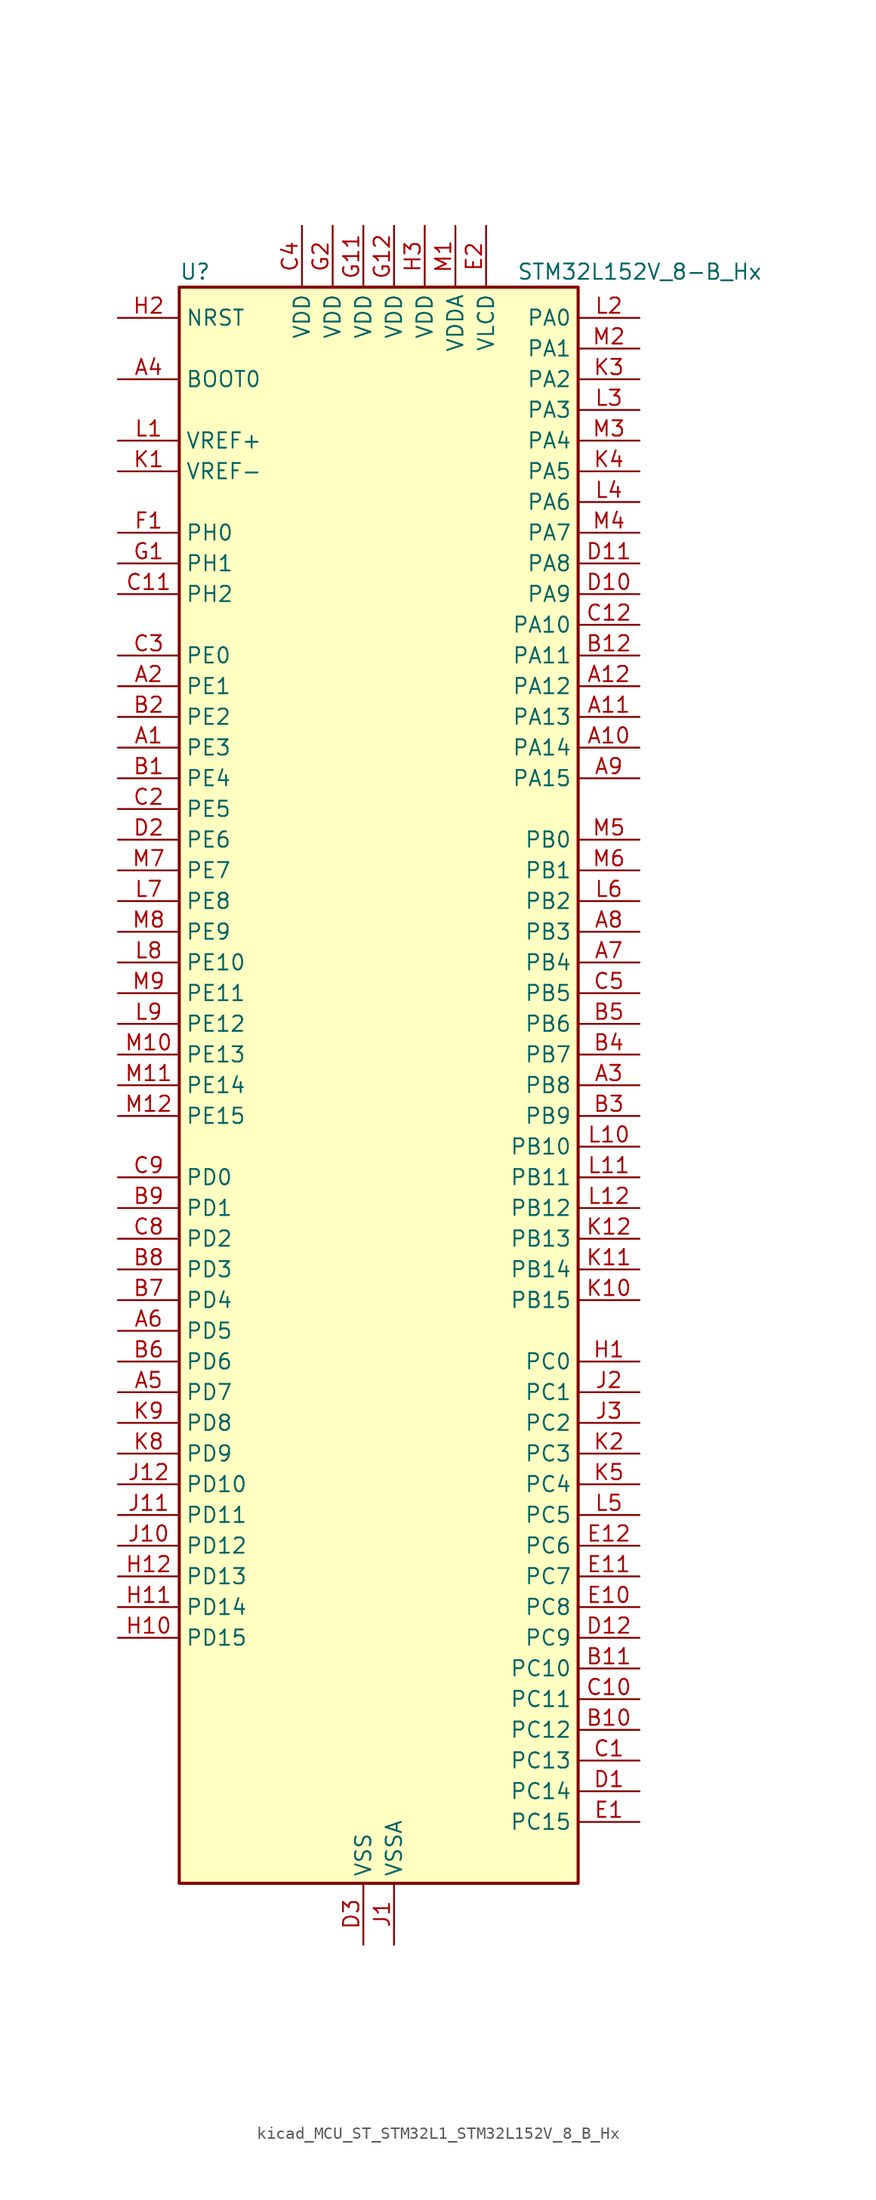
<source format=kicad_sym>
(kicad_symbol_lib
  (version 20220914)
  (generator kicad_symbol_editor)
  (symbol "kicad_MCU_ST_STM32L1_STM32L152V_8_B_Hx"
    (property "Reference" "U"
      (at -15.24 67.31 0)
      (effects (font (size 1.27 1.27)) (justify left)))
    (property "Value" "STM32L152V_8-B_Hx"
      (at 12.7 67.31 0)
      (effects (font (size 1.27 1.27)) (justify left)))
    (property "ki_locked" ""
      (at 0 0 0)
      (effects (font (size 1.27 1.27))))
    (symbol "kicad_MCU_ST_STM32L1_STM32L152V_8_B_Hx_0_1"
      (rectangle (start -15.24 -66.04) (end 17.78 66.04) (stroke (width 0.254) (type default)) (fill (type background))))
    (symbol "kicad_MCU_ST_STM32L1_STM32L152V_8_B_Hx_1_1"
      (pin bidirectional line (at -20.32 27.94 0) (length 5.08) (name "PE3" (effects (font (size 1.27 1.27)))) (number "A1" (effects (font (size 1.27 1.27)))) (alternate "LCD_SEG39" bidirectional line) (alternate "SYS_TRACED0" bidirectional line) (alternate "TIM3_CH1" bidirectional line) (alternate "TIMX_IC4" bidirectional line))
      (pin bidirectional line (at 22.86 27.94 180) (length 5.08) (name "PA14" (effects (font (size 1.27 1.27)))) (number "A10" (effects (font (size 1.27 1.27)))) (alternate "SYS_JTCK-SWCLK" bidirectional line) (alternate "TIMX_IC3" bidirectional line) (alternate "TS_G5_IO2" bidirectional line))
      (pin bidirectional line (at 22.86 30.48 180) (length 5.08) (name "PA13" (effects (font (size 1.27 1.27)))) (number "A11" (effects (font (size 1.27 1.27)))) (alternate "SYS_JTMS-SWDIO" bidirectional line) (alternate "TIMX_IC2" bidirectional line) (alternate "TS_G5_IO1" bidirectional line))
      (pin bidirectional line (at 22.86 33.02 180) (length 5.08) (name "PA12" (effects (font (size 1.27 1.27)))) (number "A12" (effects (font (size 1.27 1.27)))) (alternate "SPI1_MOSI" bidirectional line) (alternate "TIMX_IC1" bidirectional line) (alternate "USART1_RTS" bidirectional line) (alternate "USB_DP" bidirectional line))
      (pin bidirectional line (at -20.32 33.02 0) (length 5.08) (name "PE1" (effects (font (size 1.27 1.27)))) (number "A2" (effects (font (size 1.27 1.27)))) (alternate "LCD_SEG37" bidirectional line) (alternate "TIM11_CH1" bidirectional line) (alternate "TIMX_IC2" bidirectional line))
      (pin bidirectional line (at 22.86 0 180) (length 5.08) (name "PB8" (effects (font (size 1.27 1.27)))) (number "A3" (effects (font (size 1.27 1.27)))) (alternate "I2C1_SCL" bidirectional line) (alternate "LCD_SEG16" bidirectional line) (alternate "TIM10_CH1" bidirectional line) (alternate "TIM4_CH3" bidirectional line))
      (pin input line (at -20.32 58.42 0) (length 5.08) (name "BOOT0" (effects (font (size 1.27 1.27)))) (number "A4" (effects (font (size 1.27 1.27)))))
      (pin bidirectional line (at -20.32 -25.4 0) (length 5.08) (name "PD7" (effects (font (size 1.27 1.27)))) (number "A5" (effects (font (size 1.27 1.27)))) (alternate "TIM9_CH2" bidirectional line) (alternate "TIMX_IC4" bidirectional line) (alternate "USART2_CK" bidirectional line))
      (pin bidirectional line (at -20.32 -20.32 0) (length 5.08) (name "PD5" (effects (font (size 1.27 1.27)))) (number "A6" (effects (font (size 1.27 1.27)))) (alternate "TIMX_IC2" bidirectional line) (alternate "USART2_TX" bidirectional line))
      (pin bidirectional line (at 22.86 10.16 180) (length 5.08) (name "PB4" (effects (font (size 1.27 1.27)))) (number "A7" (effects (font (size 1.27 1.27)))) (alternate "COMP2_INP" bidirectional line) (alternate "LCD_SEG8" bidirectional line) (alternate "SPI1_MISO" bidirectional line) (alternate "SYS_JTRST" bidirectional line) (alternate "TIM3_CH1" bidirectional line) (alternate "TS_G6_IO1" bidirectional line))
      (pin bidirectional line (at 22.86 12.7 180) (length 5.08) (name "PB3" (effects (font (size 1.27 1.27)))) (number "A8" (effects (font (size 1.27 1.27)))) (alternate "COMP2_INM" bidirectional line) (alternate "LCD_SEG7" bidirectional line) (alternate "SPI1_SCK" bidirectional line) (alternate "SYS_JTDO-TRACESWO" bidirectional line) (alternate "TIM2_CH2" bidirectional line))
      (pin bidirectional line (at 22.86 25.4 180) (length 5.08) (name "PA15" (effects (font (size 1.27 1.27)))) (number "A9" (effects (font (size 1.27 1.27)))) (alternate "ADC_EXTI15" bidirectional line) (alternate "LCD_SEG17" bidirectional line) (alternate "SPI1_NSS" bidirectional line) (alternate "SYS_JTDI" bidirectional line) (alternate "TIM2_CH1" bidirectional line) (alternate "TIM2_ETR" bidirectional line) (alternate "TIMX_IC4" bidirectional line) (alternate "TS_G5_IO3" bidirectional line))
      (pin bidirectional line (at -20.32 25.4 0) (length 5.08) (name "PE4" (effects (font (size 1.27 1.27)))) (number "B1" (effects (font (size 1.27 1.27)))) (alternate "SYS_TRACED1" bidirectional line) (alternate "TIM3_CH2" bidirectional line) (alternate "TIMX_IC1" bidirectional line))
      (pin bidirectional line (at 22.86 -53.34 180) (length 5.08) (name "PC12" (effects (font (size 1.27 1.27)))) (number "B10" (effects (font (size 1.27 1.27)))) (alternate "LCD_COM6" bidirectional line) (alternate "LCD_SEG30" bidirectional line) (alternate "LCD_SEG42" bidirectional line) (alternate "TIMX_IC1" bidirectional line) (alternate "USART3_CK" bidirectional line))
      (pin bidirectional line (at 22.86 -48.26 180) (length 5.08) (name "PC10" (effects (font (size 1.27 1.27)))) (number "B11" (effects (font (size 1.27 1.27)))) (alternate "LCD_COM4" bidirectional line) (alternate "LCD_SEG28" bidirectional line) (alternate "LCD_SEG40" bidirectional line) (alternate "TIMX_IC3" bidirectional line) (alternate "USART3_TX" bidirectional line))
      (pin bidirectional line (at 22.86 35.56 180) (length 5.08) (name "PA11" (effects (font (size 1.27 1.27)))) (number "B12" (effects (font (size 1.27 1.27)))) (alternate "ADC_EXTI11" bidirectional line) (alternate "SPI1_MISO" bidirectional line) (alternate "TIMX_IC4" bidirectional line) (alternate "USART1_CTS" bidirectional line) (alternate "USB_DM" bidirectional line))
      (pin bidirectional line (at -20.32 30.48 0) (length 5.08) (name "PE2" (effects (font (size 1.27 1.27)))) (number "B2" (effects (font (size 1.27 1.27)))) (alternate "LCD_SEG38" bidirectional line) (alternate "SYS_TRACECK" bidirectional line) (alternate "TIM3_ETR" bidirectional line) (alternate "TIMX_IC3" bidirectional line))
      (pin bidirectional line (at 22.86 -2.54 180) (length 5.08) (name "PB9" (effects (font (size 1.27 1.27)))) (number "B3" (effects (font (size 1.27 1.27)))) (alternate "DAC_EXTI9" bidirectional line) (alternate "I2C1_SDA" bidirectional line) (alternate "LCD_COM3" bidirectional line) (alternate "TIM11_CH1" bidirectional line) (alternate "TIM4_CH4" bidirectional line))
      (pin bidirectional line (at 22.86 2.54 180) (length 5.08) (name "PB7" (effects (font (size 1.27 1.27)))) (number "B4" (effects (font (size 1.27 1.27)))) (alternate "I2C1_SDA" bidirectional line) (alternate "SYS_PVD_IN" bidirectional line) (alternate "TIM4_CH2" bidirectional line) (alternate "USART1_RX" bidirectional line))
      (pin bidirectional line (at 22.86 5.08 180) (length 5.08) (name "PB6" (effects (font (size 1.27 1.27)))) (number "B5" (effects (font (size 1.27 1.27)))) (alternate "I2C1_SCL" bidirectional line) (alternate "TIM4_CH1" bidirectional line) (alternate "USART1_TX" bidirectional line))
      (pin bidirectional line (at -20.32 -22.86 0) (length 5.08) (name "PD6" (effects (font (size 1.27 1.27)))) (number "B6" (effects (font (size 1.27 1.27)))) (alternate "TIMX_IC3" bidirectional line) (alternate "USART2_RX" bidirectional line))
      (pin bidirectional line (at -20.32 -17.78 0) (length 5.08) (name "PD4" (effects (font (size 1.27 1.27)))) (number "B7" (effects (font (size 1.27 1.27)))) (alternate "SPI2_MOSI" bidirectional line) (alternate "TIMX_IC1" bidirectional line) (alternate "USART2_RTS" bidirectional line))
      (pin bidirectional line (at -20.32 -15.24 0) (length 5.08) (name "PD3" (effects (font (size 1.27 1.27)))) (number "B8" (effects (font (size 1.27 1.27)))) (alternate "SPI2_MISO" bidirectional line) (alternate "TIMX_IC4" bidirectional line) (alternate "USART2_CTS" bidirectional line))
      (pin bidirectional line (at -20.32 -10.16 0) (length 5.08) (name "PD1" (effects (font (size 1.27 1.27)))) (number "B9" (effects (font (size 1.27 1.27)))) (alternate "SPI2_SCK" bidirectional line) (alternate "TIMX_IC2" bidirectional line))
      (pin bidirectional line (at 22.86 -55.88 180) (length 5.08) (name "PC13" (effects (font (size 1.27 1.27)))) (number "C1" (effects (font (size 1.27 1.27)))) (alternate "RTC_OUT_ALARM" bidirectional line) (alternate "RTC_OUT_CALIB" bidirectional line) (alternate "RTC_TAMP1" bidirectional line) (alternate "RTC_TS" bidirectional line) (alternate "SYS_WKUP2" bidirectional line) (alternate "TIMX_IC2" bidirectional line))
      (pin bidirectional line (at 22.86 -50.8 180) (length 5.08) (name "PC11" (effects (font (size 1.27 1.27)))) (number "C10" (effects (font (size 1.27 1.27)))) (alternate "ADC_EXTI11" bidirectional line) (alternate "LCD_COM5" bidirectional line) (alternate "LCD_SEG29" bidirectional line) (alternate "LCD_SEG41" bidirectional line) (alternate "TIMX_IC4" bidirectional line) (alternate "USART3_RX" bidirectional line))
      (pin bidirectional line (at -20.32 40.64 0) (length 5.08) (name "PH2" (effects (font (size 1.27 1.27)))) (number "C11" (effects (font (size 1.27 1.27)))))
      (pin bidirectional line (at 22.86 38.1 180) (length 5.08) (name "PA10" (effects (font (size 1.27 1.27)))) (number "C12" (effects (font (size 1.27 1.27)))) (alternate "LCD_COM2" bidirectional line) (alternate "TIMX_IC3" bidirectional line) (alternate "TS_G4_IO3" bidirectional line) (alternate "USART1_RX" bidirectional line))
      (pin bidirectional line (at -20.32 22.86 0) (length 5.08) (name "PE5" (effects (font (size 1.27 1.27)))) (number "C2" (effects (font (size 1.27 1.27)))) (alternate "SYS_TRACED2" bidirectional line) (alternate "TIM9_CH1" bidirectional line) (alternate "TIMX_IC2" bidirectional line))
      (pin bidirectional line (at -20.32 35.56 0) (length 5.08) (name "PE0" (effects (font (size 1.27 1.27)))) (number "C3" (effects (font (size 1.27 1.27)))) (alternate "LCD_SEG36" bidirectional line) (alternate "TIM10_CH1" bidirectional line) (alternate "TIM4_ETR" bidirectional line) (alternate "TIMX_IC1" bidirectional line))
      (pin power_in line (at -5.08 71.12 270) (length 5.08) (name "VDD" (effects (font (size 1.27 1.27)))) (number "C4" (effects (font (size 1.27 1.27)))))
      (pin bidirectional line (at 22.86 7.62 180) (length 5.08) (name "PB5" (effects (font (size 1.27 1.27)))) (number "C5" (effects (font (size 1.27 1.27)))) (alternate "COMP2_INP" bidirectional line) (alternate "I2C1_SMBA" bidirectional line) (alternate "LCD_SEG9" bidirectional line) (alternate "SPI1_MOSI" bidirectional line) (alternate "TIM3_CH2" bidirectional line) (alternate "TS_G6_IO2" bidirectional line))
      (pin bidirectional line (at -20.32 -12.7 0) (length 5.08) (name "PD2" (effects (font (size 1.27 1.27)))) (number "C8" (effects (font (size 1.27 1.27)))) (alternate "LCD_COM7" bidirectional line) (alternate "LCD_SEG31" bidirectional line) (alternate "LCD_SEG43" bidirectional line) (alternate "TIM3_ETR" bidirectional line) (alternate "TIMX_IC3" bidirectional line))
      (pin bidirectional line (at -20.32 -7.62 0) (length 5.08) (name "PD0" (effects (font (size 1.27 1.27)))) (number "C9" (effects (font (size 1.27 1.27)))) (alternate "SPI2_NSS" bidirectional line) (alternate "TIM9_CH1" bidirectional line) (alternate "TIMX_IC1" bidirectional line))
      (pin bidirectional line (at 22.86 -58.42 180) (length 5.08) (name "PC14" (effects (font (size 1.27 1.27)))) (number "D1" (effects (font (size 1.27 1.27)))) (alternate "RCC_OSC32_IN" bidirectional line) (alternate "TIMX_IC3" bidirectional line))
      (pin bidirectional line (at 22.86 40.64 180) (length 5.08) (name "PA9" (effects (font (size 1.27 1.27)))) (number "D10" (effects (font (size 1.27 1.27)))) (alternate "DAC_EXTI9" bidirectional line) (alternate "LCD_COM1" bidirectional line) (alternate "TIMX_IC2" bidirectional line) (alternate "TS_G4_IO2" bidirectional line) (alternate "USART1_TX" bidirectional line))
      (pin bidirectional line (at 22.86 43.18 180) (length 5.08) (name "PA8" (effects (font (size 1.27 1.27)))) (number "D11" (effects (font (size 1.27 1.27)))) (alternate "LCD_COM0" bidirectional line) (alternate "RCC_MCO" bidirectional line) (alternate "TIMX_IC1" bidirectional line) (alternate "TS_G4_IO1" bidirectional line) (alternate "USART1_CK" bidirectional line))
      (pin bidirectional line (at 22.86 -45.72 180) (length 5.08) (name "PC9" (effects (font (size 1.27 1.27)))) (number "D12" (effects (font (size 1.27 1.27)))) (alternate "DAC_EXTI9" bidirectional line) (alternate "LCD_SEG27" bidirectional line) (alternate "TIM3_CH4" bidirectional line) (alternate "TIMX_IC2" bidirectional line) (alternate "TS_G10_IO4" bidirectional line))
      (pin bidirectional line (at -20.32 20.32 0) (length 5.08) (name "PE6" (effects (font (size 1.27 1.27)))) (number "D2" (effects (font (size 1.27 1.27)))) (alternate "SYS_TRACED3" bidirectional line) (alternate "SYS_WKUP3" bidirectional line) (alternate "TIM9_CH2" bidirectional line) (alternate "TIMX_IC3" bidirectional line))
      (pin power_in line (at 0 -71.12 90) (length 5.08) (name "VSS" (effects (font (size 1.27 1.27)))) (number "D3" (effects (font (size 1.27 1.27)))))
      (pin bidirectional line (at 22.86 -60.96 180) (length 5.08) (name "PC15" (effects (font (size 1.27 1.27)))) (number "E1" (effects (font (size 1.27 1.27)))) (alternate "ADC_EXTI15" bidirectional line) (alternate "RCC_OSC32_OUT" bidirectional line) (alternate "TIMX_IC4" bidirectional line))
      (pin bidirectional line (at 22.86 -43.18 180) (length 5.08) (name "PC8" (effects (font (size 1.27 1.27)))) (number "E10" (effects (font (size 1.27 1.27)))) (alternate "LCD_SEG26" bidirectional line) (alternate "TIM3_CH3" bidirectional line) (alternate "TIMX_IC1" bidirectional line) (alternate "TS_G10_IO3" bidirectional line))
      (pin bidirectional line (at 22.86 -40.64 180) (length 5.08) (name "PC7" (effects (font (size 1.27 1.27)))) (number "E11" (effects (font (size 1.27 1.27)))) (alternate "LCD_SEG25" bidirectional line) (alternate "TIM3_CH2" bidirectional line) (alternate "TIMX_IC4" bidirectional line) (alternate "TS_G10_IO2" bidirectional line))
      (pin bidirectional line (at 22.86 -38.1 180) (length 5.08) (name "PC6" (effects (font (size 1.27 1.27)))) (number "E12" (effects (font (size 1.27 1.27)))) (alternate "LCD_SEG24" bidirectional line) (alternate "TIM3_CH1" bidirectional line) (alternate "TIMX_IC3" bidirectional line) (alternate "TS_G10_IO1" bidirectional line))
      (pin power_in line (at 10.16 71.12 270) (length 5.08) (name "VLCD" (effects (font (size 1.27 1.27)))) (number "E2" (effects (font (size 1.27 1.27)))))
      (pin passive line (at 0 -71.12 90) (length 5.08) hide (name "VSS" (effects (font (size 1.27 1.27)))) (number "E3" (effects (font (size 1.27 1.27)))))
      (pin bidirectional line (at -20.32 45.72 0) (length 5.08) (name "PH0" (effects (font (size 1.27 1.27)))) (number "F1" (effects (font (size 1.27 1.27)))) (alternate "RCC_OSC_IN" bidirectional line))
      (pin passive line (at 0 -71.12 90) (length 5.08) hide (name "VSS" (effects (font (size 1.27 1.27)))) (number "F11" (effects (font (size 1.27 1.27)))))
      (pin passive line (at 0 -71.12 90) (length 5.08) hide (name "VSS" (effects (font (size 1.27 1.27)))) (number "F12" (effects (font (size 1.27 1.27)))))
      (pin passive line (at 0 -71.12 90) (length 5.08) hide (name "VSS" (effects (font (size 1.27 1.27)))) (number "F2" (effects (font (size 1.27 1.27)))))
      (pin bidirectional line (at -20.32 43.18 0) (length 5.08) (name "PH1" (effects (font (size 1.27 1.27)))) (number "G1" (effects (font (size 1.27 1.27)))) (alternate "RCC_OSC_OUT" bidirectional line))
      (pin power_in line (at 0 71.12 270) (length 5.08) (name "VDD" (effects (font (size 1.27 1.27)))) (number "G11" (effects (font (size 1.27 1.27)))))
      (pin power_in line (at 2.54 71.12 270) (length 5.08) (name "VDD" (effects (font (size 1.27 1.27)))) (number "G12" (effects (font (size 1.27 1.27)))))
      (pin power_in line (at -2.54 71.12 270) (length 5.08) (name "VDD" (effects (font (size 1.27 1.27)))) (number "G2" (effects (font (size 1.27 1.27)))))
      (pin bidirectional line (at 22.86 -22.86 180) (length 5.08) (name "PC0" (effects (font (size 1.27 1.27)))) (number "H1" (effects (font (size 1.27 1.27)))) (alternate "ADC_IN10" bidirectional line) (alternate "COMP1_INP" bidirectional line) (alternate "LCD_SEG18" bidirectional line) (alternate "TIMX_IC1" bidirectional line) (alternate "TS_G8_IO1" bidirectional line))
      (pin bidirectional line (at -20.32 -45.72 0) (length 5.08) (name "PD15" (effects (font (size 1.27 1.27)))) (number "H10" (effects (font (size 1.27 1.27)))) (alternate "ADC_EXTI15" bidirectional line) (alternate "LCD_SEG35" bidirectional line) (alternate "TIM4_CH4" bidirectional line) (alternate "TIMX_IC4" bidirectional line))
      (pin bidirectional line (at -20.32 -43.18 0) (length 5.08) (name "PD14" (effects (font (size 1.27 1.27)))) (number "H11" (effects (font (size 1.27 1.27)))) (alternate "LCD_SEG34" bidirectional line) (alternate "TIM4_CH3" bidirectional line) (alternate "TIMX_IC3" bidirectional line))
      (pin bidirectional line (at -20.32 -40.64 0) (length 5.08) (name "PD13" (effects (font (size 1.27 1.27)))) (number "H12" (effects (font (size 1.27 1.27)))) (alternate "LCD_SEG33" bidirectional line) (alternate "TIM4_CH2" bidirectional line) (alternate "TIMX_IC2" bidirectional line))
      (pin input line (at -20.32 63.5 0) (length 5.08) (name "NRST" (effects (font (size 1.27 1.27)))) (number "H2" (effects (font (size 1.27 1.27)))))
      (pin power_in line (at 5.08 71.12 270) (length 5.08) (name "VDD" (effects (font (size 1.27 1.27)))) (number "H3" (effects (font (size 1.27 1.27)))))
      (pin power_in line (at 2.54 -71.12 90) (length 5.08) (name "VSSA" (effects (font (size 1.27 1.27)))) (number "J1" (effects (font (size 1.27 1.27)))))
      (pin bidirectional line (at -20.32 -38.1 0) (length 5.08) (name "PD12" (effects (font (size 1.27 1.27)))) (number "J10" (effects (font (size 1.27 1.27)))) (alternate "LCD_SEG32" bidirectional line) (alternate "TIM4_CH1" bidirectional line) (alternate "TIMX_IC1" bidirectional line) (alternate "USART3_RTS" bidirectional line))
      (pin bidirectional line (at -20.32 -35.56 0) (length 5.08) (name "PD11" (effects (font (size 1.27 1.27)))) (number "J11" (effects (font (size 1.27 1.27)))) (alternate "ADC_EXTI11" bidirectional line) (alternate "LCD_SEG31" bidirectional line) (alternate "TIMX_IC4" bidirectional line) (alternate "USART3_CTS" bidirectional line))
      (pin bidirectional line (at -20.32 -33.02 0) (length 5.08) (name "PD10" (effects (font (size 1.27 1.27)))) (number "J12" (effects (font (size 1.27 1.27)))) (alternate "LCD_SEG30" bidirectional line) (alternate "TIMX_IC3" bidirectional line) (alternate "USART3_CK" bidirectional line))
      (pin bidirectional line (at 22.86 -25.4 180) (length 5.08) (name "PC1" (effects (font (size 1.27 1.27)))) (number "J2" (effects (font (size 1.27 1.27)))) (alternate "ADC_IN11" bidirectional line) (alternate "COMP1_INP" bidirectional line) (alternate "LCD_SEG19" bidirectional line) (alternate "TIMX_IC2" bidirectional line) (alternate "TS_G8_IO2" bidirectional line))
      (pin bidirectional line (at 22.86 -27.94 180) (length 5.08) (name "PC2" (effects (font (size 1.27 1.27)))) (number "J3" (effects (font (size 1.27 1.27)))) (alternate "ADC_IN12" bidirectional line) (alternate "COMP1_INP" bidirectional line) (alternate "LCD_SEG20" bidirectional line) (alternate "TIMX_IC3" bidirectional line) (alternate "TS_G8_IO3" bidirectional line))
      (pin input line (at -20.32 50.8 0) (length 5.08) (name "VREF-" (effects (font (size 1.27 1.27)))) (number "K1" (effects (font (size 1.27 1.27)))))
      (pin bidirectional line (at 22.86 -17.78 180) (length 5.08) (name "PB15" (effects (font (size 1.27 1.27)))) (number "K10" (effects (font (size 1.27 1.27)))) (alternate "ADC_EXTI15" bidirectional line) (alternate "ADC_IN21" bidirectional line) (alternate "COMP1_INP" bidirectional line) (alternate "LCD_SEG15" bidirectional line) (alternate "RTC_REFIN" bidirectional line) (alternate "SPI2_MOSI" bidirectional line) (alternate "TIM11_CH1" bidirectional line) (alternate "TS_G7_IO4" bidirectional line))
      (pin bidirectional line (at 22.86 -15.24 180) (length 5.08) (name "PB14" (effects (font (size 1.27 1.27)))) (number "K11" (effects (font (size 1.27 1.27)))) (alternate "ADC_IN20" bidirectional line) (alternate "COMP1_INP" bidirectional line) (alternate "LCD_SEG14" bidirectional line) (alternate "SPI2_MISO" bidirectional line) (alternate "TIM9_CH2" bidirectional line) (alternate "TS_G7_IO3" bidirectional line) (alternate "USART3_RTS" bidirectional line))
      (pin bidirectional line (at 22.86 -12.7 180) (length 5.08) (name "PB13" (effects (font (size 1.27 1.27)))) (number "K12" (effects (font (size 1.27 1.27)))) (alternate "ADC_IN19" bidirectional line) (alternate "COMP1_INP" bidirectional line) (alternate "LCD_SEG13" bidirectional line) (alternate "SPI2_SCK" bidirectional line) (alternate "TIM9_CH1" bidirectional line) (alternate "TS_G7_IO2" bidirectional line) (alternate "USART3_CTS" bidirectional line))
      (pin bidirectional line (at 22.86 -30.48 180) (length 5.08) (name "PC3" (effects (font (size 1.27 1.27)))) (number "K2" (effects (font (size 1.27 1.27)))) (alternate "ADC_IN13" bidirectional line) (alternate "COMP1_INP" bidirectional line) (alternate "LCD_SEG21" bidirectional line) (alternate "TIMX_IC4" bidirectional line) (alternate "TS_G8_IO4" bidirectional line))
      (pin bidirectional line (at 22.86 58.42 180) (length 5.08) (name "PA2" (effects (font (size 1.27 1.27)))) (number "K3" (effects (font (size 1.27 1.27)))) (alternate "ADC_IN2" bidirectional line) (alternate "COMP1_INP" bidirectional line) (alternate "LCD_SEG1" bidirectional line) (alternate "TIM2_CH3" bidirectional line) (alternate "TIM9_CH1" bidirectional line) (alternate "TIMX_IC3" bidirectional line) (alternate "TS_G1_IO3" bidirectional line) (alternate "USART2_TX" bidirectional line))
      (pin bidirectional line (at 22.86 50.8 180) (length 5.08) (name "PA5" (effects (font (size 1.27 1.27)))) (number "K4" (effects (font (size 1.27 1.27)))) (alternate "ADC_IN5" bidirectional line) (alternate "COMP1_INP" bidirectional line) (alternate "DAC_OUT2" bidirectional line) (alternate "SPI1_SCK" bidirectional line) (alternate "TIM2_CH1" bidirectional line) (alternate "TIM2_ETR" bidirectional line) (alternate "TIMX_IC2" bidirectional line))
      (pin bidirectional line (at 22.86 -33.02 180) (length 5.08) (name "PC4" (effects (font (size 1.27 1.27)))) (number "K5" (effects (font (size 1.27 1.27)))) (alternate "ADC_IN14" bidirectional line) (alternate "COMP1_INP" bidirectional line) (alternate "LCD_SEG22" bidirectional line) (alternate "TIMX_IC1" bidirectional line) (alternate "TS_G9_IO1" bidirectional line))
      (pin bidirectional line (at -20.32 -30.48 0) (length 5.08) (name "PD9" (effects (font (size 1.27 1.27)))) (number "K8" (effects (font (size 1.27 1.27)))) (alternate "DAC_EXTI9" bidirectional line) (alternate "LCD_SEG29" bidirectional line) (alternate "TIMX_IC2" bidirectional line) (alternate "USART3_RX" bidirectional line))
      (pin bidirectional line (at -20.32 -27.94 0) (length 5.08) (name "PD8" (effects (font (size 1.27 1.27)))) (number "K9" (effects (font (size 1.27 1.27)))) (alternate "LCD_SEG28" bidirectional line) (alternate "TIMX_IC1" bidirectional line) (alternate "USART3_TX" bidirectional line))
      (pin input line (at -20.32 53.34 0) (length 5.08) (name "VREF+" (effects (font (size 1.27 1.27)))) (number "L1" (effects (font (size 1.27 1.27)))))
      (pin bidirectional line (at 22.86 -5.08 180) (length 5.08) (name "PB10" (effects (font (size 1.27 1.27)))) (number "L10" (effects (font (size 1.27 1.27)))) (alternate "I2C2_SCL" bidirectional line) (alternate "LCD_SEG10" bidirectional line) (alternate "TIM2_CH3" bidirectional line) (alternate "USART3_TX" bidirectional line))
      (pin bidirectional line (at 22.86 -7.62 180) (length 5.08) (name "PB11" (effects (font (size 1.27 1.27)))) (number "L11" (effects (font (size 1.27 1.27)))) (alternate "ADC_EXTI11" bidirectional line) (alternate "I2C2_SDA" bidirectional line) (alternate "LCD_SEG11" bidirectional line) (alternate "TIM2_CH4" bidirectional line) (alternate "USART3_RX" bidirectional line))
      (pin bidirectional line (at 22.86 -10.16 180) (length 5.08) (name "PB12" (effects (font (size 1.27 1.27)))) (number "L12" (effects (font (size 1.27 1.27)))) (alternate "ADC_IN18" bidirectional line) (alternate "COMP1_INP" bidirectional line) (alternate "I2C2_SMBA" bidirectional line) (alternate "LCD_SEG12" bidirectional line) (alternate "SPI2_NSS" bidirectional line) (alternate "TIM10_CH1" bidirectional line) (alternate "TS_G7_IO1" bidirectional line) (alternate "USART3_CK" bidirectional line))
      (pin bidirectional line (at 22.86 63.5 180) (length 5.08) (name "PA0" (effects (font (size 1.27 1.27)))) (number "L2" (effects (font (size 1.27 1.27)))) (alternate "ADC_IN0" bidirectional line) (alternate "COMP1_INP" bidirectional line) (alternate "SYS_WKUP1" bidirectional line) (alternate "TIM2_CH1" bidirectional line) (alternate "TIM2_ETR" bidirectional line) (alternate "TIMX_IC1" bidirectional line) (alternate "TS_G1_IO1" bidirectional line) (alternate "USART2_CTS" bidirectional line))
      (pin bidirectional line (at 22.86 55.88 180) (length 5.08) (name "PA3" (effects (font (size 1.27 1.27)))) (number "L3" (effects (font (size 1.27 1.27)))) (alternate "ADC_IN3" bidirectional line) (alternate "COMP1_INP" bidirectional line) (alternate "LCD_SEG2" bidirectional line) (alternate "TIM2_CH4" bidirectional line) (alternate "TIM9_CH2" bidirectional line) (alternate "TIMX_IC4" bidirectional line) (alternate "TS_G1_IO4" bidirectional line) (alternate "USART2_RX" bidirectional line))
      (pin bidirectional line (at 22.86 48.26 180) (length 5.08) (name "PA6" (effects (font (size 1.27 1.27)))) (number "L4" (effects (font (size 1.27 1.27)))) (alternate "ADC_IN6" bidirectional line) (alternate "COMP1_INP" bidirectional line) (alternate "LCD_SEG3" bidirectional line) (alternate "SPI1_MISO" bidirectional line) (alternate "TIM10_CH1" bidirectional line) (alternate "TIM3_CH1" bidirectional line) (alternate "TIMX_IC3" bidirectional line) (alternate "TS_G2_IO1" bidirectional line))
      (pin bidirectional line (at 22.86 -35.56 180) (length 5.08) (name "PC5" (effects (font (size 1.27 1.27)))) (number "L5" (effects (font (size 1.27 1.27)))) (alternate "ADC_IN15" bidirectional line) (alternate "COMP1_INP" bidirectional line) (alternate "LCD_SEG23" bidirectional line) (alternate "TIMX_IC2" bidirectional line) (alternate "TS_G9_IO2" bidirectional line))
      (pin bidirectional line (at 22.86 15.24 180) (length 5.08) (name "PB2" (effects (font (size 1.27 1.27)))) (number "L6" (effects (font (size 1.27 1.27)))))
      (pin bidirectional line (at -20.32 15.24 0) (length 5.08) (name "PE8" (effects (font (size 1.27 1.27)))) (number "L7" (effects (font (size 1.27 1.27)))) (alternate "ADC_IN23" bidirectional line) (alternate "COMP1_INP" bidirectional line) (alternate "TIMX_IC1" bidirectional line))
      (pin bidirectional line (at -20.32 10.16 0) (length 5.08) (name "PE10" (effects (font (size 1.27 1.27)))) (number "L8" (effects (font (size 1.27 1.27)))) (alternate "ADC_IN25" bidirectional line) (alternate "COMP1_INP" bidirectional line) (alternate "TIM2_CH2" bidirectional line) (alternate "TIMX_IC3" bidirectional line))
      (pin bidirectional line (at -20.32 5.08 0) (length 5.08) (name "PE12" (effects (font (size 1.27 1.27)))) (number "L9" (effects (font (size 1.27 1.27)))) (alternate "SPI1_NSS" bidirectional line) (alternate "TIM2_CH4" bidirectional line) (alternate "TIMX_IC1" bidirectional line))
      (pin power_in line (at 7.62 71.12 270) (length 5.08) (name "VDDA" (effects (font (size 1.27 1.27)))) (number "M1" (effects (font (size 1.27 1.27)))))
      (pin bidirectional line (at -20.32 2.54 0) (length 5.08) (name "PE13" (effects (font (size 1.27 1.27)))) (number "M10" (effects (font (size 1.27 1.27)))) (alternate "SPI1_SCK" bidirectional line) (alternate "TIMX_IC2" bidirectional line))
      (pin bidirectional line (at -20.32 0 0) (length 5.08) (name "PE14" (effects (font (size 1.27 1.27)))) (number "M11" (effects (font (size 1.27 1.27)))) (alternate "SPI1_MISO" bidirectional line) (alternate "TIMX_IC3" bidirectional line))
      (pin bidirectional line (at -20.32 -2.54 0) (length 5.08) (name "PE15" (effects (font (size 1.27 1.27)))) (number "M12" (effects (font (size 1.27 1.27)))) (alternate "ADC_EXTI15" bidirectional line) (alternate "SPI1_MOSI" bidirectional line) (alternate "TIMX_IC4" bidirectional line))
      (pin bidirectional line (at 22.86 60.96 180) (length 5.08) (name "PA1" (effects (font (size 1.27 1.27)))) (number "M2" (effects (font (size 1.27 1.27)))) (alternate "ADC_IN1" bidirectional line) (alternate "COMP1_INP" bidirectional line) (alternate "LCD_SEG0" bidirectional line) (alternate "TIM2_CH2" bidirectional line) (alternate "TIMX_IC2" bidirectional line) (alternate "TS_G1_IO2" bidirectional line) (alternate "USART2_RTS" bidirectional line))
      (pin bidirectional line (at 22.86 53.34 180) (length 5.08) (name "PA4" (effects (font (size 1.27 1.27)))) (number "M3" (effects (font (size 1.27 1.27)))) (alternate "ADC_IN4" bidirectional line) (alternate "COMP1_INP" bidirectional line) (alternate "DAC_OUT1" bidirectional line) (alternate "SPI1_NSS" bidirectional line) (alternate "TIMX_IC1" bidirectional line) (alternate "USART2_CK" bidirectional line))
      (pin bidirectional line (at 22.86 45.72 180) (length 5.08) (name "PA7" (effects (font (size 1.27 1.27)))) (number "M4" (effects (font (size 1.27 1.27)))) (alternate "ADC_IN7" bidirectional line) (alternate "COMP1_INP" bidirectional line) (alternate "LCD_SEG4" bidirectional line) (alternate "SPI1_MOSI" bidirectional line) (alternate "TIM11_CH1" bidirectional line) (alternate "TIM3_CH2" bidirectional line) (alternate "TIMX_IC4" bidirectional line) (alternate "TS_G2_IO2" bidirectional line))
      (pin bidirectional line (at 22.86 20.32 180) (length 5.08) (name "PB0" (effects (font (size 1.27 1.27)))) (number "M5" (effects (font (size 1.27 1.27)))) (alternate "ADC_IN8" bidirectional line) (alternate "COMP1_INP" bidirectional line) (alternate "LCD_SEG5" bidirectional line) (alternate "SYS_V_REF_OUT" bidirectional line) (alternate "TIM3_CH3" bidirectional line) (alternate "TS_G3_IO1" bidirectional line))
      (pin bidirectional line (at 22.86 17.78 180) (length 5.08) (name "PB1" (effects (font (size 1.27 1.27)))) (number "M6" (effects (font (size 1.27 1.27)))) (alternate "ADC_IN9" bidirectional line) (alternate "COMP1_INP" bidirectional line) (alternate "LCD_SEG6" bidirectional line) (alternate "SYS_V_REF_OUT" bidirectional line) (alternate "TIM3_CH4" bidirectional line) (alternate "TS_G3_IO2" bidirectional line))
      (pin bidirectional line (at -20.32 17.78 0) (length 5.08) (name "PE7" (effects (font (size 1.27 1.27)))) (number "M7" (effects (font (size 1.27 1.27)))) (alternate "ADC_IN22" bidirectional line) (alternate "COMP1_INP" bidirectional line) (alternate "TIMX_IC4" bidirectional line))
      (pin bidirectional line (at -20.32 12.7 0) (length 5.08) (name "PE9" (effects (font (size 1.27 1.27)))) (number "M8" (effects (font (size 1.27 1.27)))) (alternate "ADC_IN24" bidirectional line) (alternate "COMP1_INP" bidirectional line) (alternate "DAC_EXTI9" bidirectional line) (alternate "TIM2_CH1" bidirectional line) (alternate "TIM2_ETR" bidirectional line) (alternate "TIMX_IC2" bidirectional line))
      (pin bidirectional line (at -20.32 7.62 0) (length 5.08) (name "PE11" (effects (font (size 1.27 1.27)))) (number "M9" (effects (font (size 1.27 1.27)))) (alternate "ADC_EXTI11" bidirectional line) (alternate "TIM2_CH3" bidirectional line) (alternate "TIMX_IC4" bidirectional line)))))
</source>
